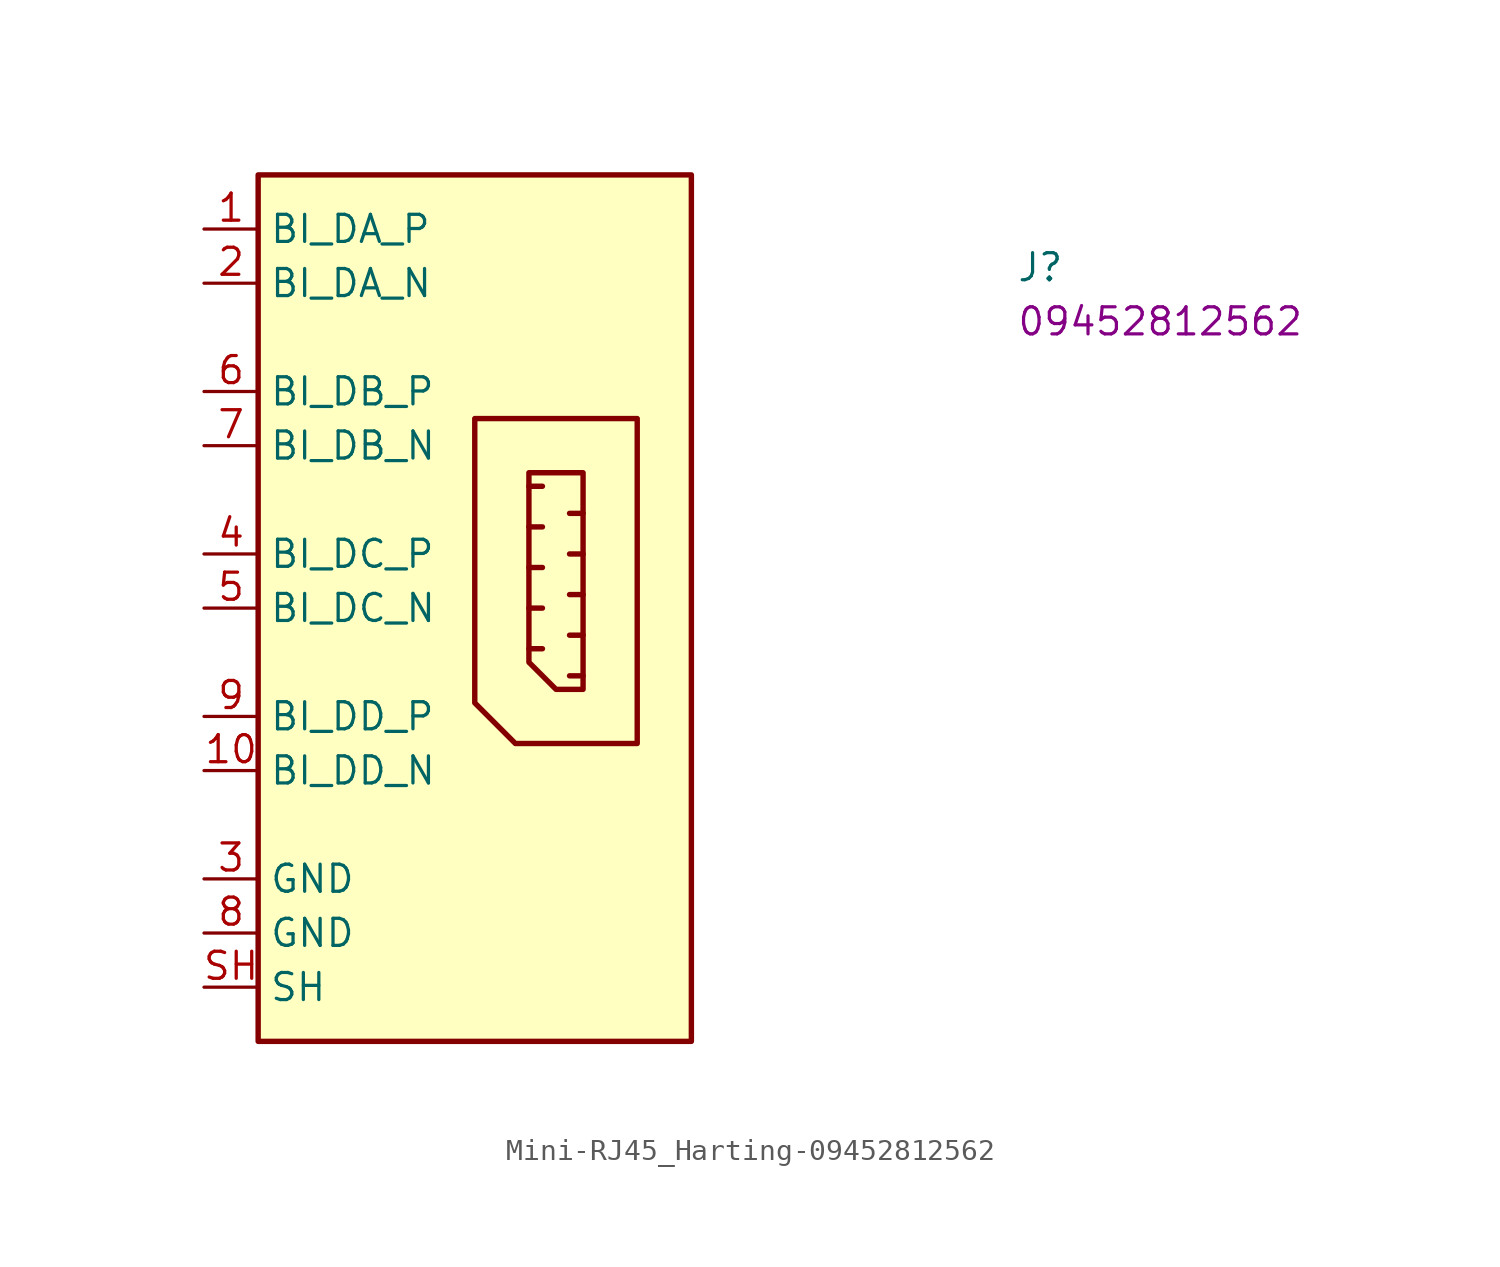
<source format=kicad_sym>
(kicad_symbol_lib
  (version 20220914)
  (generator kicad_symbol_editor)
  (symbol "Mini-RJ45_Harting-09452812562"
    (property "Reference" "J"
      (at 38.1 -2.54 0)
      (effects (font (size 1.27 1.27) (thickness 0.15)) (justify left bottom)))
    (property "MPN" "09452812562"
      (at 38.1 -5.08 0)
      (effects (font (size 1.27 1.27) (thickness 0.15)) (justify left bottom)))
    (symbol "Mini-RJ45_Harting-09452812562_0_1"
      (polyline (pts (xy 15.24 -19.685) (xy 15.875 -19.685)) (stroke (width 0.254) (type default)) (fill (type none)))
      (polyline (pts (xy 15.24 -17.78) (xy 15.875 -17.78)) (stroke (width 0.254) (type default)) (fill (type none)))
      (polyline (pts (xy 15.24 -15.875) (xy 15.875 -15.875)) (stroke (width 0.254) (type default)) (fill (type none)))
      (polyline (pts (xy 15.24 -13.97) (xy 15.875 -13.97)) (stroke (width 0.254) (type default)) (fill (type none)))
      (polyline (pts (xy 15.875 -12.065) (xy 15.24 -12.065)) (stroke (width 0.254) (type default)) (fill (type none)))
      (polyline (pts (xy 17.78 -20.955) (xy 17.145 -20.955)) (stroke (width 0.254) (type default)) (fill (type none)))
      (polyline (pts (xy 17.78 -19.05) (xy 17.145 -19.05)) (stroke (width 0.254) (type default)) (fill (type none)))
      (polyline (pts (xy 17.78 -17.145) (xy 17.145 -17.145)) (stroke (width 0.254) (type default)) (fill (type none)))
      (polyline (pts (xy 17.78 -15.24) (xy 17.145 -15.24)) (stroke (width 0.254) (type default)) (fill (type none)))
      (polyline (pts (xy 17.78 -13.335) (xy 17.145 -13.335)) (stroke (width 0.254) (type default)) (fill (type none)))
      (polyline (pts (xy 15.24 -11.43) (xy 17.78 -11.43) (xy 17.78 -21.59) (xy 16.51 -21.59) (xy 15.24 -20.32) (xy 15.24 -11.43)) (stroke (width 0.254) (type default)) (fill (type none))))
    (symbol "Mini-RJ45_Harting-09452812562_1_1"
      (polyline (pts (xy 12.7 -8.89) (xy 20.32 -8.89) (xy 20.32 -24.13) (xy 14.605 -24.13) (xy 12.7 -22.225) (xy 12.7 -8.89)) (stroke (width 0.254) (type default)) (fill (type background)))
      (rectangle (start 2.54 2.54) (end 22.86 -38.1) (stroke (width 0.254) (type default)) (fill (type background)))
      (pin unspecified line (at 0 0 0) (length 2.54) (name "BI_DA_P" (effects (font (size 1.27 1.27)))) (number "1" (effects (font (size 1.27 1.27)))))
      (pin unspecified line (at 0 -25.4 0) (length 2.54) (name "BI_DD_N" (effects (font (size 1.27 1.27)))) (number "10" (effects (font (size 1.27 1.27)))))
      (pin unspecified line (at 0 -2.54 0) (length 2.54) (name "BI_DA_N" (effects (font (size 1.27 1.27)))) (number "2" (effects (font (size 1.27 1.27)))))
      (pin unspecified line (at 0 -30.48 0) (length 2.54) (name "GND" (effects (font (size 1.27 1.27)))) (number "3" (effects (font (size 1.27 1.27)))))
      (pin unspecified line (at 0 -15.24 0) (length 2.54) (name "BI_DC_P" (effects (font (size 1.27 1.27)))) (number "4" (effects (font (size 1.27 1.27)))))
      (pin unspecified line (at 0 -17.78 0) (length 2.54) (name "BI_DC_N" (effects (font (size 1.27 1.27)))) (number "5" (effects (font (size 1.27 1.27)))))
      (pin unspecified line (at 0 -7.62 0) (length 2.54) (name "BI_DB_P" (effects (font (size 1.27 1.27)))) (number "6" (effects (font (size 1.27 1.27)))))
      (pin unspecified line (at 0 -10.16 0) (length 2.54) (name "BI_DB_N" (effects (font (size 1.27 1.27)))) (number "7" (effects (font (size 1.27 1.27)))))
      (pin passive line (at 0 -33.02 0) (length 2.54) (name "GND" (effects (font (size 1.27 1.27)))) (number "8" (effects (font (size 1.27 1.27)))))
      (pin unspecified line (at 0 -22.86 0) (length 2.54) (name "BI_DD_P" (effects (font (size 1.27 1.27)))) (number "9" (effects (font (size 1.27 1.27)))))
      (pin unspecified line (at 0 -35.56 0) (length 2.54) (name "SH" (effects (font (size 1.27 1.27)))) (number "SH" (effects (font (size 1.27 1.27))))))))
</source>
